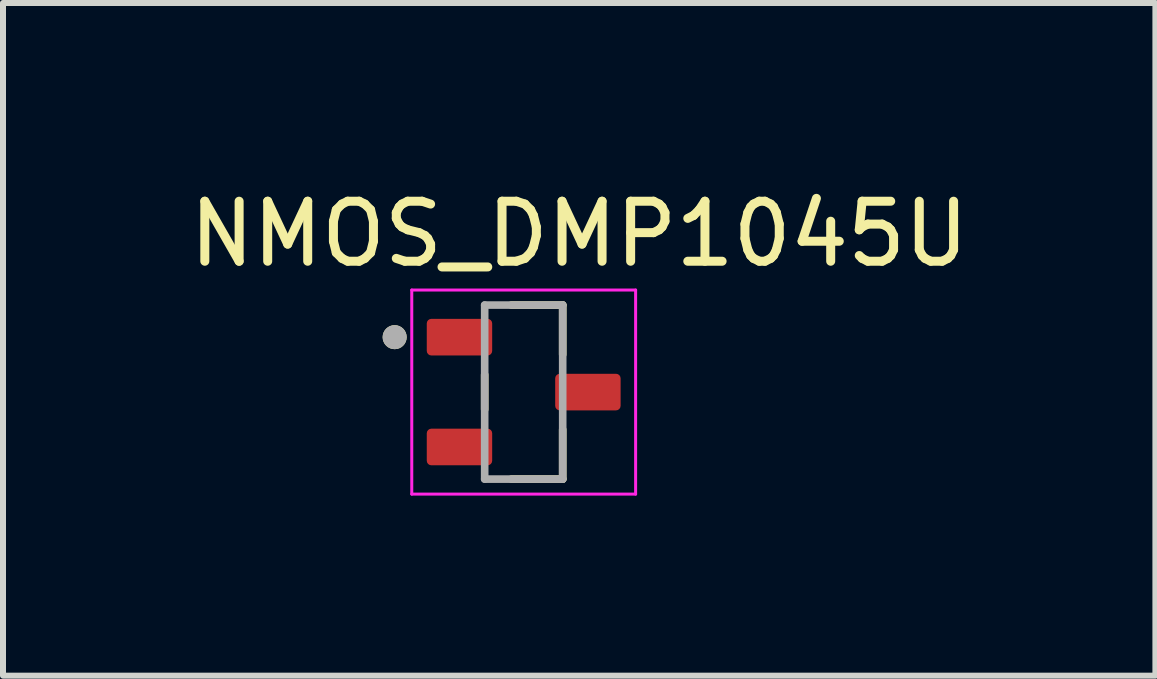
<source format=kicad_pcb>
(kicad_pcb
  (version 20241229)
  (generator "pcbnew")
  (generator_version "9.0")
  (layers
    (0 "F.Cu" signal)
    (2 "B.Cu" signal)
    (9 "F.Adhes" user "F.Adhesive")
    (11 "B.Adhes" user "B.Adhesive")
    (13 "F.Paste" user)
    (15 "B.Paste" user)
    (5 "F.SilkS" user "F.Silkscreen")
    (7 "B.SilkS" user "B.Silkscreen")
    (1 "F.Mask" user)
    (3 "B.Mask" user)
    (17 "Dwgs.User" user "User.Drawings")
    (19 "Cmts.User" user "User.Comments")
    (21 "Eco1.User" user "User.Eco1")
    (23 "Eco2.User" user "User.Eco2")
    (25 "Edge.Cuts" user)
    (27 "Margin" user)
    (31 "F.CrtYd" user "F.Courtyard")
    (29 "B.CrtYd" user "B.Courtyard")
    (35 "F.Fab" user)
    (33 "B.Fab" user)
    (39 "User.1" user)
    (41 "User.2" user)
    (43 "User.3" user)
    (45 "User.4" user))
  (footprint "NMOS_DMP1045U"
    (layer "F.Cu")
    (at 5.676 3.483)
    (property "Reference" "NMOS_DMP1045U" (at 0.925 -2.635 0) (layer "F.SilkS") (effects (font (size 1 1) (thickness 0.15))))
    (attr smd)
    (fp_line (start -0.65 0.29) (end -0.65 -0.29) (stroke (width 0.127) (type solid)) (layer "F.SilkS"))
    (fp_line (start -0.205 -1.45) (end 0.65 -1.45) (stroke (width 0.127) (type solid)) (layer "F.SilkS"))
    (fp_line (start 0.65 -1.45) (end 0.65 -0.625) (stroke (width 0.127) (type solid)) (layer "F.SilkS"))
    (fp_line (start 0.65 0.625) (end 0.65 1.45) (stroke (width 0.127) (type solid)) (layer "F.SilkS"))
    (fp_line (start 0.65 1.45) (end -0.205 1.45) (stroke (width 0.127) (type solid)) (layer "F.SilkS"))
    (fp_circle (center -2.15 -0.915) (end -2.05 -0.915) (stroke (width 0.2) (type solid)) (fill no) (layer "F.SilkS"))
    (fp_line (start -1.865 -1.7) (end 1.865 -1.7) (stroke (width 0.05) (type solid)) (layer "F.CrtYd"))
    (fp_line (start -1.865 1.7) (end -1.865 -1.7) (stroke (width 0.05) (type solid)) (layer "F.CrtYd"))
    (fp_line (start 1.865 -1.7) (end 1.865 1.7) (stroke (width 0.05) (type solid)) (layer "F.CrtYd"))
    (fp_line (start 1.865 1.7) (end -1.865 1.7) (stroke (width 0.05) (type solid)) (layer "F.CrtYd"))
    (fp_line (start -0.65 -1.45) (end 0.65 -1.45) (stroke (width 0.127) (type solid)) (layer "F.Fab"))
    (fp_line (start -0.65 1.45) (end -0.65 -1.45) (stroke (width 0.127) (type solid)) (layer "F.Fab"))
    (fp_line (start 0.65 -1.45) (end 0.65 1.45) (stroke (width 0.127) (type solid)) (layer "F.Fab"))
    (fp_line (start 0.65 1.45) (end -0.65 1.45) (stroke (width 0.127) (type solid)) (layer "F.Fab"))
    (fp_circle (center -2.15 -0.915) (end -2.05 -0.915) (stroke (width 0.2) (type solid)) (fill no) (layer "F.Fab"))
    (pad "1" smd roundrect (at -1.07 -0.915) (size 1.09 0.61) (layers "F.Cu" "F.Mask" "F.Paste") (roundrect_rratio 0.125))
    (pad "2" smd roundrect (at -1.07 0.915) (size 1.09 0.61) (layers "F.Cu" "F.Mask" "F.Paste") (roundrect_rratio 0.125))
    (pad "3" smd roundrect (at 1.07 0) (size 1.09 0.61) (layers "F.Cu" "F.Mask" "F.Paste") (roundrect_rratio 0.125)))
  (gr_rect
    (start -3 -3)
    (end 16.202 8.208)
    (stroke (width 0.1) (type default))
    (fill no)
    (layer "Edge.Cuts")))
</source>
